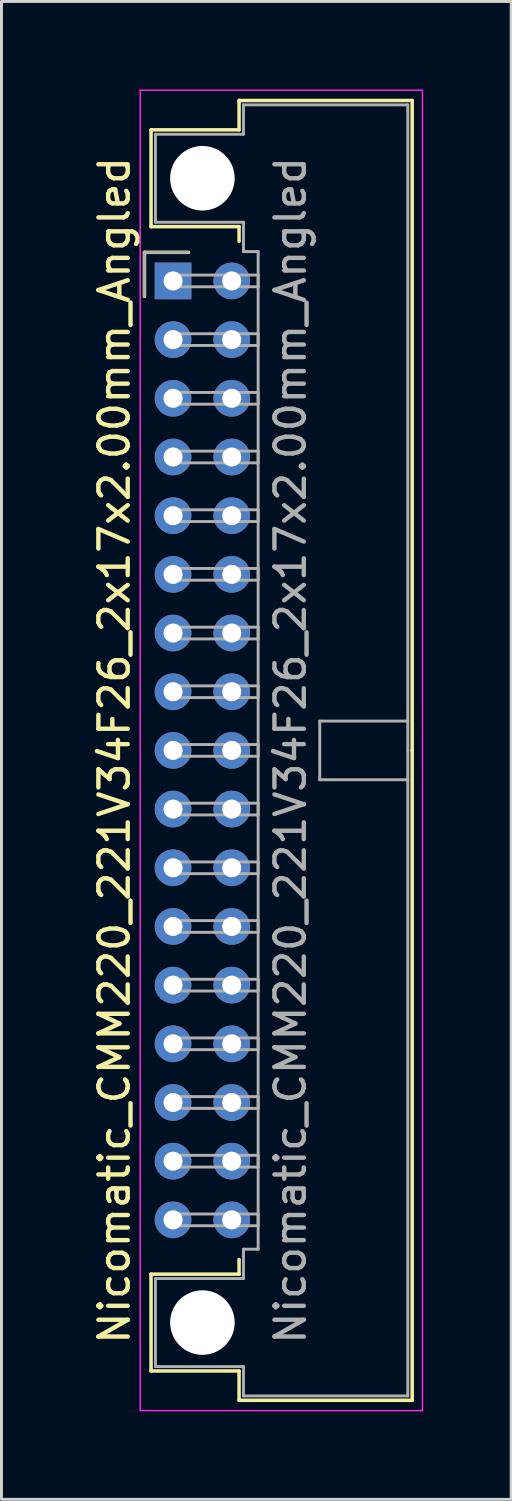
<source format=kicad_pcb>
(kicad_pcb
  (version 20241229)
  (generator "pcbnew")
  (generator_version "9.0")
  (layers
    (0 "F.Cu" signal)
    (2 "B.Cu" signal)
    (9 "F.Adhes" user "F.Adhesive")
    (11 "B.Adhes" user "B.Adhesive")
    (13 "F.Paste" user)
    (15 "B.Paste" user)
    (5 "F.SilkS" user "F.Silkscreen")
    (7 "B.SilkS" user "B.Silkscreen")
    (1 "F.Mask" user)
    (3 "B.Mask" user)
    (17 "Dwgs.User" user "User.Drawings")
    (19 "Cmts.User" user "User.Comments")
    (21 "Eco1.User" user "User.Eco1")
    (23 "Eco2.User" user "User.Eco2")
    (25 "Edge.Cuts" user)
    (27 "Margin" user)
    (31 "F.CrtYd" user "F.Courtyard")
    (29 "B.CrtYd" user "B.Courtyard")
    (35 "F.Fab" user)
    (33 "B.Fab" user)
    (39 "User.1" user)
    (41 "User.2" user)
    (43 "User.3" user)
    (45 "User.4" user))
  (footprint "Nicomatic_CMM220_221V34F26_2x17x2.00mm_Angled"
    (layer "F.Cu")
    (at 2.848 6.525)
    (property "Reference" "Nicomatic_CMM220_221V34F26_2x17x2.00mm_Angled" (at -2 16 90) (layer "F.SilkS") (effects (font (size 1 1) (thickness 0.15))))
    (attr through_hole)
    (fp_line (start -0.975 -0.975) (end -0.975 0.525) (stroke (width 0.12) (type solid)) (layer "F.SilkS"))
    (fp_line (start -0.75 -5.15) (end -0.75 -1.85) (stroke (width 0.12) (type solid)) (layer "F.SilkS"))
    (fp_line (start -0.75 -1.85) (end 2.25 -1.85) (stroke (width 0.12) (type solid)) (layer "F.SilkS"))
    (fp_line (start -0.75 33.85) (end 2.25 33.85) (stroke (width 0.12) (type solid)) (layer "F.SilkS"))
    (fp_line (start -0.75 37.15) (end -0.75 33.85) (stroke (width 0.12) (type solid)) (layer "F.SilkS"))
    (fp_line (start 0.525 -0.975) (end -0.975 -0.975) (stroke (width 0.12) (type solid)) (layer "F.SilkS"))
    (fp_line (start 2.25 -6.15) (end 2.25 -5.15) (stroke (width 0.12) (type solid)) (layer "F.SilkS"))
    (fp_line (start 2.25 -5.15) (end -0.75 -5.15) (stroke (width 0.12) (type solid)) (layer "F.SilkS"))
    (fp_line (start 2.25 -1.85) (end 2.25 -1.35) (stroke (width 0.12) (type solid)) (layer "F.SilkS"))
    (fp_line (start 2.25 33.85) (end 2.25 33.35) (stroke (width 0.12) (type solid)) (layer "F.SilkS"))
    (fp_line (start 2.25 37.15) (end -0.75 37.15) (stroke (width 0.12) (type solid)) (layer "F.SilkS"))
    (fp_line (start 2.25 38.15) (end 2.25 37.15) (stroke (width 0.12) (type solid)) (layer "F.SilkS"))
    (fp_line (start 8.15 -6.15) (end 2.25 -6.15) (stroke (width 0.12) (type solid)) (layer "F.SilkS"))
    (fp_line (start 8.15 16) (end 8.15 -6.15) (stroke (width 0.12) (type solid)) (layer "F.SilkS"))
    (fp_line (start 8.15 16) (end 8.15 38.15) (stroke (width 0.12) (type solid)) (layer "F.SilkS"))
    (fp_line (start 8.15 38.15) (end 2.25 38.15) (stroke (width 0.12) (type solid)) (layer "F.SilkS"))
    (fp_line (start -1.12 -6.5) (end -1.12 38.5) (stroke (width 0.05) (type solid)) (layer "F.CrtYd"))
    (fp_line (start -1.12 38.5) (end 8.5 38.5) (stroke (width 0.05) (type solid)) (layer "F.CrtYd"))
    (fp_line (start 8.5 -6.5) (end -1.12 -6.5) (stroke (width 0.05) (type solid)) (layer "F.CrtYd"))
    (fp_line (start 8.5 38.5) (end 8.5 -6.5) (stroke (width 0.05) (type solid)) (layer "F.CrtYd"))
    (fp_line (start -0.975 -0.975) (end -0.975 0.525) (stroke (width 0.1) (type solid)) (layer "F.Fab"))
    (fp_line (start -0.6 -5) (end -0.6 -2) (stroke (width 0.1) (type solid)) (layer "F.Fab"))
    (fp_line (start -0.6 -2) (end 2.4 -2) (stroke (width 0.1) (type solid)) (layer "F.Fab"))
    (fp_line (start -0.6 34) (end 2.4 34) (stroke (width 0.1) (type solid)) (layer "F.Fab"))
    (fp_line (start -0.6 37) (end -0.6 34) (stroke (width 0.1) (type solid)) (layer "F.Fab"))
    (fp_line (start 0 -0.2) (end 0 0.2) (stroke (width 0.1) (type solid)) (layer "F.Fab"))
    (fp_line (start 0 0.2) (end 2.9 0.2) (stroke (width 0.1) (type solid)) (layer "F.Fab"))
    (fp_line (start 0 1.8) (end 0 2.2) (stroke (width 0.1) (type solid)) (layer "F.Fab"))
    (fp_line (start 0 2.2) (end 2.9 2.2) (stroke (width 0.1) (type solid)) (layer "F.Fab"))
    (fp_line (start 0 3.8) (end 0 4.2) (stroke (width 0.1) (type solid)) (layer "F.Fab"))
    (fp_line (start 0 4.2) (end 2.9 4.2) (stroke (width 0.1) (type solid)) (layer "F.Fab"))
    (fp_line (start 0 5.8) (end 0 6.2) (stroke (width 0.1) (type solid)) (layer "F.Fab"))
    (fp_line (start 0 6.2) (end 2.9 6.2) (stroke (width 0.1) (type solid)) (layer "F.Fab"))
    (fp_line (start 0 7.8) (end 0 8.2) (stroke (width 0.1) (type solid)) (layer "F.Fab"))
    (fp_line (start 0 8.2) (end 2.9 8.2) (stroke (width 0.1) (type solid)) (layer "F.Fab"))
    (fp_line (start 0 9.8) (end 0 10.2) (stroke (width 0.1) (type solid)) (layer "F.Fab"))
    (fp_line (start 0 10.2) (end 2.9 10.2) (stroke (width 0.1) (type solid)) (layer "F.Fab"))
    (fp_line (start 0 11.8) (end 0 12.2) (stroke (width 0.1) (type solid)) (layer "F.Fab"))
    (fp_line (start 0 12.2) (end 2.9 12.2) (stroke (width 0.1) (type solid)) (layer "F.Fab"))
    (fp_line (start 0 13.8) (end 0 14.2) (stroke (width 0.1) (type solid)) (layer "F.Fab"))
    (fp_line (start 0 14.2) (end 2.9 14.2) (stroke (width 0.1) (type solid)) (layer "F.Fab"))
    (fp_line (start 0 15.8) (end 0 16.2) (stroke (width 0.1) (type solid)) (layer "F.Fab"))
    (fp_line (start 0 16.2) (end 2.9 16.2) (stroke (width 0.1) (type solid)) (layer "F.Fab"))
    (fp_line (start 0 17.8) (end 0 18.2) (stroke (width 0.1) (type solid)) (layer "F.Fab"))
    (fp_line (start 0 18.2) (end 2.9 18.2) (stroke (width 0.1) (type solid)) (layer "F.Fab"))
    (fp_line (start 0 19.8) (end 0 20.2) (stroke (width 0.1) (type solid)) (layer "F.Fab"))
    (fp_line (start 0 20.2) (end 2.9 20.2) (stroke (width 0.1) (type solid)) (layer "F.Fab"))
    (fp_line (start 0 21.8) (end 0 22.2) (stroke (width 0.1) (type solid)) (layer "F.Fab"))
    (fp_line (start 0 22.2) (end 2.9 22.2) (stroke (width 0.1) (type solid)) (layer "F.Fab"))
    (fp_line (start 0 23.8) (end 0 24.2) (stroke (width 0.1) (type solid)) (layer "F.Fab"))
    (fp_line (start 0 24.2) (end 2.9 24.2) (stroke (width 0.1) (type solid)) (layer "F.Fab"))
    (fp_line (start 0 25.8) (end 0 26.2) (stroke (width 0.1) (type solid)) (layer "F.Fab"))
    (fp_line (start 0 26.2) (end 2.9 26.2) (stroke (width 0.1) (type solid)) (layer "F.Fab"))
    (fp_line (start 0 27.8) (end 0 28.2) (stroke (width 0.1) (type solid)) (layer "F.Fab"))
    (fp_line (start 0 28.2) (end 2.9 28.2) (stroke (width 0.1) (type solid)) (layer "F.Fab"))
    (fp_line (start 0 29.8) (end 0 30.2) (stroke (width 0.1) (type solid)) (layer "F.Fab"))
    (fp_line (start 0 30.2) (end 2.9 30.2) (stroke (width 0.1) (type solid)) (layer "F.Fab"))
    (fp_line (start 0 31.8) (end 0 32.2) (stroke (width 0.1) (type solid)) (layer "F.Fab"))
    (fp_line (start 0 32.2) (end 2.9 32.2) (stroke (width 0.1) (type solid)) (layer "F.Fab"))
    (fp_line (start 0.525 -0.975) (end -0.975 -0.975) (stroke (width 0.1) (type solid)) (layer "F.Fab"))
    (fp_line (start 2.4 -6) (end 2.4 -5) (stroke (width 0.1) (type solid)) (layer "F.Fab"))
    (fp_line (start 2.4 -5) (end -0.6 -5) (stroke (width 0.1) (type solid)) (layer "F.Fab"))
    (fp_line (start 2.4 -2) (end 2.4 -1) (stroke (width 0.1) (type solid)) (layer "F.Fab"))
    (fp_line (start 2.4 -1) (end 2.9 -1) (stroke (width 0.1) (type solid)) (layer "F.Fab"))
    (fp_line (start 2.4 33) (end 2.9 33) (stroke (width 0.1) (type solid)) (layer "F.Fab"))
    (fp_line (start 2.4 34) (end 2.4 33) (stroke (width 0.1) (type solid)) (layer "F.Fab"))
    (fp_line (start 2.4 37) (end -0.6 37) (stroke (width 0.1) (type solid)) (layer "F.Fab"))
    (fp_line (start 2.4 38) (end 2.4 37) (stroke (width 0.1) (type solid)) (layer "F.Fab"))
    (fp_line (start 2.9 -1) (end 2.9 16) (stroke (width 0.1) (type solid)) (layer "F.Fab"))
    (fp_line (start 2.9 -0.2) (end 0 -0.2) (stroke (width 0.1) (type solid)) (layer "F.Fab"))
    (fp_line (start 2.9 0.2) (end 2.9 -0.2) (stroke (width 0.1) (type solid)) (layer "F.Fab"))
    (fp_line (start 2.9 1.8) (end 0 1.8) (stroke (width 0.1) (type solid)) (layer "F.Fab"))
    (fp_line (start 2.9 2.2) (end 2.9 1.8) (stroke (width 0.1) (type solid)) (layer "F.Fab"))
    (fp_line (start 2.9 3.8) (end 0 3.8) (stroke (width 0.1) (type solid)) (layer "F.Fab"))
    (fp_line (start 2.9 4.2) (end 2.9 3.8) (stroke (width 0.1) (type solid)) (layer "F.Fab"))
    (fp_line (start 2.9 5.8) (end 0 5.8) (stroke (width 0.1) (type solid)) (layer "F.Fab"))
    (fp_line (start 2.9 6.2) (end 2.9 5.8) (stroke (width 0.1) (type solid)) (layer "F.Fab"))
    (fp_line (start 2.9 7.8) (end 0 7.8) (stroke (width 0.1) (type solid)) (layer "F.Fab"))
    (fp_line (start 2.9 8.2) (end 2.9 7.8) (stroke (width 0.1) (type solid)) (layer "F.Fab"))
    (fp_line (start 2.9 9.8) (end 0 9.8) (stroke (width 0.1) (type solid)) (layer "F.Fab"))
    (fp_line (start 2.9 10.2) (end 2.9 9.8) (stroke (width 0.1) (type solid)) (layer "F.Fab"))
    (fp_line (start 2.9 11.8) (end 0 11.8) (stroke (width 0.1) (type solid)) (layer "F.Fab"))
    (fp_line (start 2.9 12.2) (end 2.9 11.8) (stroke (width 0.1) (type solid)) (layer "F.Fab"))
    (fp_line (start 2.9 13.8) (end 0 13.8) (stroke (width 0.1) (type solid)) (layer "F.Fab"))
    (fp_line (start 2.9 14.2) (end 2.9 13.8) (stroke (width 0.1) (type solid)) (layer "F.Fab"))
    (fp_line (start 2.9 15.8) (end 0 15.8) (stroke (width 0.1) (type solid)) (layer "F.Fab"))
    (fp_line (start 2.9 16.2) (end 2.9 15.8) (stroke (width 0.1) (type solid)) (layer "F.Fab"))
    (fp_line (start 2.9 17.8) (end 0 17.8) (stroke (width 0.1) (type solid)) (layer "F.Fab"))
    (fp_line (start 2.9 18.2) (end 2.9 17.8) (stroke (width 0.1) (type solid)) (layer "F.Fab"))
    (fp_line (start 2.9 19.8) (end 0 19.8) (stroke (width 0.1) (type solid)) (layer "F.Fab"))
    (fp_line (start 2.9 20.2) (end 2.9 19.8) (stroke (width 0.1) (type solid)) (layer "F.Fab"))
    (fp_line (start 2.9 21.8) (end 0 21.8) (stroke (width 0.1) (type solid)) (layer "F.Fab"))
    (fp_line (start 2.9 22.2) (end 2.9 21.8) (stroke (width 0.1) (type solid)) (layer "F.Fab"))
    (fp_line (start 2.9 23.8) (end 0 23.8) (stroke (width 0.1) (type solid)) (layer "F.Fab"))
    (fp_line (start 2.9 24.2) (end 2.9 23.8) (stroke (width 0.1) (type solid)) (layer "F.Fab"))
    (fp_line (start 2.9 25.8) (end 0 25.8) (stroke (width 0.1) (type solid)) (layer "F.Fab"))
    (fp_line (start 2.9 26.2) (end 2.9 25.8) (stroke (width 0.1) (type solid)) (layer "F.Fab"))
    (fp_line (start 2.9 27.8) (end 0 27.8) (stroke (width 0.1) (type solid)) (layer "F.Fab"))
    (fp_line (start 2.9 28.2) (end 2.9 27.8) (stroke (width 0.1) (type solid)) (layer "F.Fab"))
    (fp_line (start 2.9 29.8) (end 0 29.8) (stroke (width 0.1) (type solid)) (layer "F.Fab"))
    (fp_line (start 2.9 30.2) (end 2.9 29.8) (stroke (width 0.1) (type solid)) (layer "F.Fab"))
    (fp_line (start 2.9 31.8) (end 0 31.8) (stroke (width 0.1) (type solid)) (layer "F.Fab"))
    (fp_line (start 2.9 32.2) (end 2.9 31.8) (stroke (width 0.1) (type solid)) (layer "F.Fab"))
    (fp_line (start 2.9 33) (end 2.9 16) (stroke (width 0.1) (type solid)) (layer "F.Fab"))
    (fp_line (start 5 15) (end 5 17) (stroke (width 0.1) (type solid)) (layer "F.Fab"))
    (fp_line (start 5 17) (end 8 17) (stroke (width 0.1) (type solid)) (layer "F.Fab"))
    (fp_line (start 8 -6) (end 2.4 -6) (stroke (width 0.1) (type solid)) (layer "F.Fab"))
    (fp_line (start 8 15) (end 5 15) (stroke (width 0.1) (type solid)) (layer "F.Fab"))
    (fp_line (start 8 16) (end 8 -6) (stroke (width 0.1) (type solid)) (layer "F.Fab"))
    (fp_line (start 8 16) (end 8 38) (stroke (width 0.1) (type solid)) (layer "F.Fab"))
    (fp_line (start 8 38) (end 2.4 38) (stroke (width 0.1) (type solid)) (layer "F.Fab"))
    (fp_text user "${REFERENCE}" (at 4 16 90) (layer "F.Fab") (effects (font (size 1 1) (thickness 0.15))))
    (pad "" np_thru_hole circle (at 1 -3.5) (size 2.2 2.2) (drill 2.2) (layers "*.Cu" "*.Mask"))
    (pad "" np_thru_hole circle (at 1 35.5) (size 2.2 2.2) (drill 2.2) (layers "*.Cu" "*.Mask"))
    (pad "1" thru_hole rect (at 0 0) (size 1.25 1.25) (drill 0.65) (layers "*.Cu" "*.Mask"))
    (pad "2" thru_hole oval (at 0 2) (size 1.25 1.25) (drill 0.65) (layers "*.Cu" "*.Mask"))
    (pad "3" thru_hole oval (at 0 4) (size 1.25 1.25) (drill 0.65) (layers "*.Cu" "*.Mask"))
    (pad "4" thru_hole oval (at 0 6) (size 1.25 1.25) (drill 0.65) (layers "*.Cu" "*.Mask"))
    (pad "5" thru_hole oval (at 0 8) (size 1.25 1.25) (drill 0.65) (layers "*.Cu" "*.Mask"))
    (pad "6" thru_hole oval (at 0 10) (size 1.25 1.25) (drill 0.65) (layers "*.Cu" "*.Mask"))
    (pad "7" thru_hole oval (at 0 12) (size 1.25 1.25) (drill 0.65) (layers "*.Cu" "*.Mask"))
    (pad "8" thru_hole oval (at 0 14) (size 1.25 1.25) (drill 0.65) (layers "*.Cu" "*.Mask"))
    (pad "9" thru_hole oval (at 0 16) (size 1.25 1.25) (drill 0.65) (layers "*.Cu" "*.Mask"))
    (pad "10" thru_hole oval (at 0 18) (size 1.25 1.25) (drill 0.65) (layers "*.Cu" "*.Mask"))
    (pad "11" thru_hole oval (at 0 20) (size 1.25 1.25) (drill 0.65) (layers "*.Cu" "*.Mask"))
    (pad "12" thru_hole oval (at 0 22) (size 1.25 1.25) (drill 0.65) (layers "*.Cu" "*.Mask"))
    (pad "13" thru_hole oval (at 0 24) (size 1.25 1.25) (drill 0.65) (layers "*.Cu" "*.Mask"))
    (pad "14" thru_hole oval (at 0 26) (size 1.25 1.25) (drill 0.65) (layers "*.Cu" "*.Mask"))
    (pad "15" thru_hole oval (at 0 28) (size 1.25 1.25) (drill 0.65) (layers "*.Cu" "*.Mask"))
    (pad "16" thru_hole oval (at 0 30) (size 1.25 1.25) (drill 0.65) (layers "*.Cu" "*.Mask"))
    (pad "17" thru_hole oval (at 0 32) (size 1.25 1.25) (drill 0.65) (layers "*.Cu" "*.Mask"))
    (pad "18" thru_hole oval (at 2 0) (size 1.25 1.25) (drill 0.65) (layers "*.Cu" "*.Mask"))
    (pad "19" thru_hole oval (at 2 2) (size 1.25 1.25) (drill 0.65) (layers "*.Cu" "*.Mask"))
    (pad "20" thru_hole oval (at 2 4) (size 1.25 1.25) (drill 0.65) (layers "*.Cu" "*.Mask"))
    (pad "21" thru_hole oval (at 2 6) (size 1.25 1.25) (drill 0.65) (layers "*.Cu" "*.Mask"))
    (pad "22" thru_hole oval (at 2 8) (size 1.25 1.25) (drill 0.65) (layers "*.Cu" "*.Mask"))
    (pad "23" thru_hole oval (at 2 10) (size 1.25 1.25) (drill 0.65) (layers "*.Cu" "*.Mask"))
    (pad "24" thru_hole oval (at 2 12) (size 1.25 1.25) (drill 0.65) (layers "*.Cu" "*.Mask"))
    (pad "25" thru_hole oval (at 2 14) (size 1.25 1.25) (drill 0.65) (layers "*.Cu" "*.Mask"))
    (pad "26" thru_hole oval (at 2 16) (size 1.25 1.25) (drill 0.65) (layers "*.Cu" "*.Mask"))
    (pad "27" thru_hole oval (at 2 18) (size 1.25 1.25) (drill 0.65) (layers "*.Cu" "*.Mask"))
    (pad "28" thru_hole oval (at 2 20) (size 1.25 1.25) (drill 0.65) (layers "*.Cu" "*.Mask"))
    (pad "29" thru_hole oval (at 2 22) (size 1.25 1.25) (drill 0.65) (layers "*.Cu" "*.Mask"))
    (pad "30" thru_hole oval (at 2 24) (size 1.25 1.25) (drill 0.65) (layers "*.Cu" "*.Mask"))
    (pad "31" thru_hole oval (at 2 26) (size 1.25 1.25) (drill 0.65) (layers "*.Cu" "*.Mask"))
    (pad "32" thru_hole oval (at 2 28) (size 1.25 1.25) (drill 0.65) (layers "*.Cu" "*.Mask"))
    (pad "33" thru_hole oval (at 2 30) (size 1.25 1.25) (drill 0.65) (layers "*.Cu" "*.Mask"))
    (pad "34" thru_hole oval (at 2 32) (size 1.25 1.25) (drill 0.65) (layers "*.Cu" "*.Mask")))
  (gr_rect
    (start -3 -3)
    (end 14.373 48.05)
    (stroke (width 0.1) (type default))
    (fill no)
    (layer "Edge.Cuts")))
</source>
